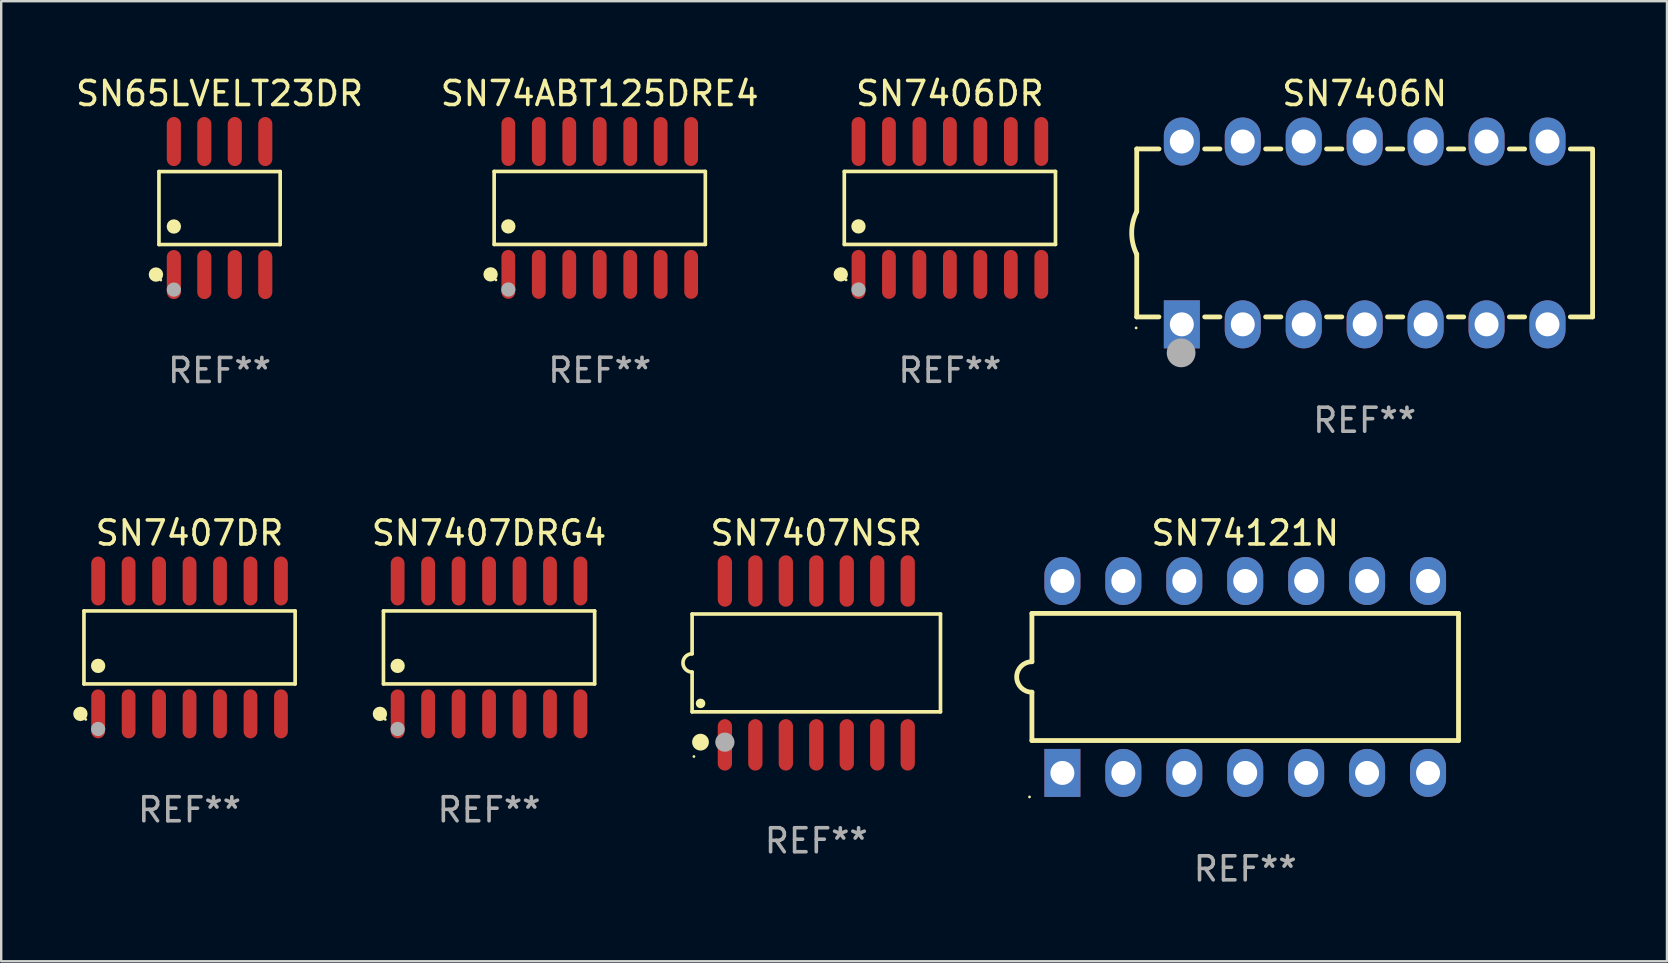
<source format=kicad_pcb>
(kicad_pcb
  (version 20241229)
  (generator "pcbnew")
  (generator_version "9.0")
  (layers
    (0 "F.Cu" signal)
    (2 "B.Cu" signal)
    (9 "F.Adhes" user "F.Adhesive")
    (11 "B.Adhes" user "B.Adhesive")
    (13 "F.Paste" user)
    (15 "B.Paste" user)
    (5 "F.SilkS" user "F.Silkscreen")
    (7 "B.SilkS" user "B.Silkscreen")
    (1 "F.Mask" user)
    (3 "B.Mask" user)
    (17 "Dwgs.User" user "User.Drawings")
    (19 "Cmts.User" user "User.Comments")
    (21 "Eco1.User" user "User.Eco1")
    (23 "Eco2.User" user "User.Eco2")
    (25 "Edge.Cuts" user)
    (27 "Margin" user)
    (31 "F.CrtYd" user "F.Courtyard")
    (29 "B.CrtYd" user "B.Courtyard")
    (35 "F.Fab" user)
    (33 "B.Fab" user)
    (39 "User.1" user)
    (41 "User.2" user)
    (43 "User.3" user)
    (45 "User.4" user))
  (footprint "SN7406DR"
    (layer "F.Cu")
    (at 36.54 5.617)
    (property "Reference" "SN7406DR" (at 0 -4.769 0) (layer "F.SilkS") (effects (font (size 1 1) (thickness 0.15))))
    (attr through_hole)
    (fp_line (start -4.401 -1.521) (end 4.401 -1.521) (stroke (width 0.152) (type solid)) (layer "F.SilkS"))
    (fp_line (start -4.401 1.521) (end -4.401 -1.521) (stroke (width 0.152) (type solid)) (layer "F.SilkS"))
    (fp_line (start 4.401 -1.521) (end 4.401 1.521) (stroke (width 0.152) (type solid)) (layer "F.SilkS"))
    (fp_line (start 4.401 1.521) (end -4.401 1.521) (stroke (width 0.152) (type solid)) (layer "F.SilkS"))
    (fp_circle (center -4.549 2.769) (end -4.399 2.769) (stroke (width 0.3) (type solid)) (fill no) (layer "F.SilkS"))
    (fp_circle (center -4.325 3) (end -4.295 3) (stroke (width 0.06) (type solid)) (fill no) (layer "F.SilkS"))
    (fp_circle (center -3.81 0.769) (end -3.66 0.769) (stroke (width 0.3) (type solid)) (fill no) (layer "F.SilkS"))
    (fp_circle (center -3.81 3.4) (end -3.66 3.4) (stroke (width 0.3) (type solid)) (fill no) (layer "F.Fab"))
    (fp_text user "REF**" (at 0 6.769 0) (layer "F.Fab") (effects (font (size 1 1) (thickness 0.15))))
    (pad "1" smd oval (at -3.81 2.769) (size 0.574 2.038) (layers "F.Cu" "F.Mask" "F.Paste"))
    (pad "2" smd oval (at -2.54 2.769) (size 0.574 2.038) (layers "F.Cu" "F.Mask" "F.Paste"))
    (pad "3" smd oval (at -1.27 2.769) (size 0.574 2.038) (layers "F.Cu" "F.Mask" "F.Paste"))
    (pad "4" smd oval (at 0 2.769) (size 0.574 2.038) (layers "F.Cu" "F.Mask" "F.Paste"))
    (pad "5" smd oval (at 1.27 2.769) (size 0.574 2.038) (layers "F.Cu" "F.Mask" "F.Paste"))
    (pad "6" smd oval (at 2.54 2.769) (size 0.574 2.038) (layers "F.Cu" "F.Mask" "F.Paste"))
    (pad "7" smd oval (at 3.81 2.769) (size 0.574 2.038) (layers "F.Cu" "F.Mask" "F.Paste"))
    (pad "8" smd oval (at 3.81 -2.769) (size 0.574 2.038) (layers "F.Cu" "F.Mask" "F.Paste"))
    (pad "9" smd oval (at 2.54 -2.769) (size 0.574 2.038) (layers "F.Cu" "F.Mask" "F.Paste"))
    (pad "10" smd oval (at 1.27 -2.769) (size 0.574 2.038) (layers "F.Cu" "F.Mask" "F.Paste"))
    (pad "11" smd oval (at 0 -2.769) (size 0.574 2.038) (layers "F.Cu" "F.Mask" "F.Paste"))
    (pad "12" smd oval (at -1.27 -2.769) (size 0.574 2.038) (layers "F.Cu" "F.Mask" "F.Paste"))
    (pad "13" smd oval (at -2.54 -2.769) (size 0.574 2.038) (layers "F.Cu" "F.Mask" "F.Paste"))
    (pad "14" smd oval (at -3.81 -2.769) (size 0.574 2.038) (layers "F.Cu" "F.Mask" "F.Paste")))
  (footprint "SN65LVELT23DR"
    (layer "F.Cu")
    (at 6.101 5.621)
    (property "Reference" "SN65LVELT23DR" (at 0 -4.772 0) (layer "F.SilkS") (effects (font (size 1 1) (thickness 0.15))))
    (attr through_hole)
    (fp_line (start -2.526 -1.521) (end 2.526 -1.521) (stroke (width 0.152) (type solid)) (layer "F.SilkS"))
    (fp_line (start -2.526 1.521) (end -2.526 -1.521) (stroke (width 0.152) (type solid)) (layer "F.SilkS"))
    (fp_line (start 2.526 -1.521) (end 2.526 1.521) (stroke (width 0.152) (type solid)) (layer "F.SilkS"))
    (fp_line (start 2.526 1.521) (end -2.526 1.521) (stroke (width 0.152) (type solid)) (layer "F.SilkS"))
    (fp_circle (center -2.652 2.772) (end -2.501 2.772) (stroke (width 0.3) (type solid)) (fill no) (layer "F.SilkS"))
    (fp_circle (center -2.45 3) (end -2.42 3) (stroke (width 0.06) (type solid)) (fill no) (layer "F.SilkS"))
    (fp_circle (center -1.905 0.769) (end -1.755 0.769) (stroke (width 0.3) (type solid)) (fill no) (layer "F.SilkS"))
    (fp_circle (center -1.905 3.4) (end -1.755 3.4) (stroke (width 0.3) (type solid)) (fill no) (layer "F.Fab"))
    (fp_text user "REF**" (at 0 6.772 0) (layer "F.Fab") (effects (font (size 1 1) (thickness 0.15))))
    (pad "1" smd oval (at -1.905 2.772) (size 0.588 2.045) (layers "F.Cu" "F.Mask" "F.Paste"))
    (pad "2" smd oval (at -0.635 2.772) (size 0.588 2.045) (layers "F.Cu" "F.Mask" "F.Paste"))
    (pad "3" smd oval (at 0.635 2.772) (size 0.588 2.045) (layers "F.Cu" "F.Mask" "F.Paste"))
    (pad "4" smd oval (at 1.905 2.772) (size 0.588 2.045) (layers "F.Cu" "F.Mask" "F.Paste"))
    (pad "5" smd oval (at 1.905 -2.772) (size 0.588 2.045) (layers "F.Cu" "F.Mask" "F.Paste"))
    (pad "6" smd oval (at 0.635 -2.772) (size 0.588 2.045) (layers "F.Cu" "F.Mask" "F.Paste"))
    (pad "7" smd oval (at -0.635 -2.772) (size 0.588 2.045) (layers "F.Cu" "F.Mask" "F.Paste"))
    (pad "8" smd oval (at -1.905 -2.772) (size 0.588 2.045) (layers "F.Cu" "F.Mask" "F.Paste")))
  (footprint "SN7407NSR"
    (layer "F.Cu")
    (at 30.972 24.58)
    (property "Reference" "SN7407NSR" (at 0 -5.415 0) (layer "F.SilkS") (effects (font (size 1 1) (thickness 0.15))))
    (attr through_hole)
    (fp_line (start -5.176 -2.039) (end 5.176 -2.039) (stroke (width 0.152) (type solid)) (layer "F.SilkS"))
    (fp_line (start -5.176 -0.381) (end -5.176 -2.039) (stroke (width 0.152) (type solid)) (layer "F.SilkS"))
    (fp_line (start -5.176 0.381) (end -5.176 2.039) (stroke (width 0.152) (type solid)) (layer "F.SilkS"))
    (fp_line (start 5.176 -2.039) (end 5.176 2.039) (stroke (width 0.152) (type solid)) (layer "F.SilkS"))
    (fp_line (start 5.176 2.039) (end -5.176 2.039) (stroke (width 0.152) (type solid)) (layer "F.SilkS"))
    (fp_arc (start -5.1762 0.381001) (mid -5.557201 0) (end -5.1762 -0.381001) (stroke (width 0.151994) (type solid)) (layer "F.SilkS"))
    (fp_circle (center -5.1 3.9) (end -5.07 3.9) (stroke (width 0.06) (type solid)) (fill no) (layer "F.SilkS"))
    (fp_circle (center -4.826 3.302) (end -4.651 3.302) (stroke (width 0.35) (type solid)) (fill no) (layer "F.SilkS"))
    (fp_circle (center -4.824 1.687) (end -4.724 1.687) (stroke (width 0.2) (type solid)) (fill no) (layer "F.SilkS"))
    (fp_circle (center -3.81 3.302) (end -3.61 3.302) (stroke (width 0.4) (type solid)) (fill no) (layer "F.Fab"))
    (fp_text user "REF**" (at 0 7.415 0) (layer "F.Fab") (effects (font (size 1 1) (thickness 0.15))))
    (pad "1" smd oval (at -3.81 3.415) (size 0.595 2.142) (layers "F.Cu" "F.Mask" "F.Paste"))
    (pad "2" smd oval (at -2.54 3.415) (size 0.595 2.142) (layers "F.Cu" "F.Mask" "F.Paste"))
    (pad "3" smd oval (at -1.27 3.415) (size 0.595 2.142) (layers "F.Cu" "F.Mask" "F.Paste"))
    (pad "4" smd oval (at 0 3.415) (size 0.595 2.142) (layers "F.Cu" "F.Mask" "F.Paste"))
    (pad "5" smd oval (at 1.27 3.415) (size 0.595 2.142) (layers "F.Cu" "F.Mask" "F.Paste"))
    (pad "6" smd oval (at 2.54 3.415) (size 0.595 2.142) (layers "F.Cu" "F.Mask" "F.Paste"))
    (pad "7" smd oval (at 3.81 3.415) (size 0.595 2.142) (layers "F.Cu" "F.Mask" "F.Paste"))
    (pad "8" smd oval (at 3.81 -3.415) (size 0.595 2.142) (layers "F.Cu" "F.Mask" "F.Paste"))
    (pad "9" smd oval (at 2.54 -3.415) (size 0.595 2.142) (layers "F.Cu" "F.Mask" "F.Paste"))
    (pad "10" smd oval (at 1.27 -3.415) (size 0.595 2.142) (layers "F.Cu" "F.Mask" "F.Paste"))
    (pad "11" smd oval (at 0 -3.415) (size 0.595 2.142) (layers "F.Cu" "F.Mask" "F.Paste"))
    (pad "12" smd oval (at -1.27 -3.415) (size 0.595 2.142) (layers "F.Cu" "F.Mask" "F.Paste"))
    (pad "13" smd oval (at -2.54 -3.415) (size 0.595 2.142) (layers "F.Cu" "F.Mask" "F.Paste"))
    (pad "14" smd oval (at -3.81 -3.415) (size 0.595 2.142) (layers "F.Cu" "F.Mask" "F.Paste")))
  (footprint "SN74121N"
    (layer "F.Cu")
    (at 48.849 25.165)
    (property "Reference" "SN74121N" (at 0 -6 0) (layer "F.SilkS") (effects (font (size 1 1) (thickness 0.15))))
    (attr through_hole)
    (fp_line (start -8.89 -2.65) (end -8.89 -0.635) (stroke (width 0.2) (type solid)) (layer "F.SilkS"))
    (fp_line (start -8.89 0.635) (end -8.89 2.65) (stroke (width 0.2) (type solid)) (layer "F.SilkS"))
    (fp_line (start -8.89 2.65) (end 8.89 2.65) (stroke (width 0.2) (type solid)) (layer "F.SilkS"))
    (fp_line (start 8.89 -2.65) (end -8.89 -2.65) (stroke (width 0.2) (type solid)) (layer "F.SilkS"))
    (fp_line (start 8.89 2.65) (end 8.89 -2.65) (stroke (width 0.2) (type solid)) (layer "F.SilkS"))
    (fp_arc (start -8.890018 0.635001) (mid -9.525019 0) (end -8.890018 -0.635001) (stroke (width 0.2) (type solid)) (layer "F.SilkS"))
    (fp_circle (center -8.99 5) (end -8.96 5) (stroke (width 0.06) (type solid)) (fill no) (layer "F.SilkS"))
    (fp_text user "REF**" (at 0 8 0) (layer "F.Fab") (effects (font (size 1 1) (thickness 0.15))))
    (pad "1" thru_hole rect (at -7.62 4 90) (size 2 1.5) (drill 1) (layers "*.Cu" "*.Mask"))
    (pad "2" thru_hole oval (at -5.08 4 90) (size 2 1.5) (drill 1) (layers "*.Cu" "*.Mask"))
    (pad "3" thru_hole oval (at -2.54 4 90) (size 2 1.5) (drill 1) (layers "*.Cu" "*.Mask"))
    (pad "4" thru_hole oval (at 0 4 90) (size 2 1.5) (drill 1) (layers "*.Cu" "*.Mask"))
    (pad "5" thru_hole oval (at 2.54 4 90) (size 2 1.5) (drill 1) (layers "*.Cu" "*.Mask"))
    (pad "6" thru_hole oval (at 5.08 4 90) (size 2 1.5) (drill 1) (layers "*.Cu" "*.Mask"))
    (pad "7" thru_hole oval (at 7.62 4 90) (size 2 1.5) (drill 1) (layers "*.Cu" "*.Mask"))
    (pad "8" thru_hole oval (at 7.62 -4 90) (size 2 1.5) (drill 1) (layers "*.Cu" "*.Mask"))
    (pad "9" thru_hole oval (at 5.08 -4 90) (size 2 1.5) (drill 1) (layers "*.Cu" "*.Mask"))
    (pad "10" thru_hole oval (at 2.54 -4 90) (size 2 1.5) (drill 1) (layers "*.Cu" "*.Mask"))
    (pad "11" thru_hole oval (at 0 -4 90) (size 2 1.5) (drill 1) (layers "*.Cu" "*.Mask"))
    (pad "12" thru_hole oval (at -2.54 -4 90) (size 2 1.5) (drill 1) (layers "*.Cu" "*.Mask"))
    (pad "13" thru_hole oval (at -5.08 -4 90) (size 2 1.5) (drill 1) (layers "*.Cu" "*.Mask"))
    (pad "14" thru_hole oval (at -7.62 -4 90) (size 2 1.5) (drill 1) (layers "*.Cu" "*.Mask")))
  (footprint "SN7406N"
    (layer "F.Cu")
    (at 53.827 6.658)
    (property "Reference" "SN7406N" (at 0 -5.81 0) (layer "F.SilkS") (effects (font (size 1 1) (thickness 0.15))))
    (attr through_hole)
    (fp_line (start -9.5 -3.5) (end -9.5 -0.889) (stroke (width 0.2) (type solid)) (layer "F.SilkS"))
    (fp_line (start -9.5 -3.5) (end -8.572 -3.5) (stroke (width 0.2) (type solid)) (layer "F.SilkS"))
    (fp_line (start -9.5 3.5) (end -9.5 0.889) (stroke (width 0.2) (type solid)) (layer "F.SilkS"))
    (fp_line (start -9.5 3.5) (end -8.574 3.5) (stroke (width 0.2) (type solid)) (layer "F.SilkS"))
    (fp_line (start -6.668 -3.5) (end -6.032 -3.5) (stroke (width 0.2) (type solid)) (layer "F.SilkS"))
    (fp_line (start -6.666 3.5) (end -6.032 3.5) (stroke (width 0.2) (type solid)) (layer "F.SilkS"))
    (fp_line (start -4.128 -3.5) (end -3.492 -3.5) (stroke (width 0.2) (type solid)) (layer "F.SilkS"))
    (fp_line (start -4.128 3.5) (end -3.492 3.5) (stroke (width 0.2) (type solid)) (layer "F.SilkS"))
    (fp_line (start -1.588 -3.5) (end -0.952 -3.5) (stroke (width 0.2) (type solid)) (layer "F.SilkS"))
    (fp_line (start -1.588 3.5) (end -0.952 3.5) (stroke (width 0.2) (type solid)) (layer "F.SilkS"))
    (fp_line (start 0.952 -3.5) (end 1.588 -3.5) (stroke (width 0.2) (type solid)) (layer "F.SilkS"))
    (fp_line (start 0.952 3.5) (end 1.588 3.5) (stroke (width 0.2) (type solid)) (layer "F.SilkS"))
    (fp_line (start 3.492 -3.5) (end 4.128 -3.5) (stroke (width 0.2) (type solid)) (layer "F.SilkS"))
    (fp_line (start 3.492 3.5) (end 4.128 3.5) (stroke (width 0.2) (type solid)) (layer "F.SilkS"))
    (fp_line (start 6.032 -3.5) (end 6.668 -3.5) (stroke (width 0.2) (type solid)) (layer "F.SilkS"))
    (fp_line (start 6.032 3.5) (end 6.668 3.5) (stroke (width 0.2) (type solid)) (layer "F.SilkS"))
    (fp_line (start 8.572 -3.5) (end 9.5 -3.5) (stroke (width 0.2) (type solid)) (layer "F.SilkS"))
    (fp_line (start 8.572 3.5) (end 9.5 3.5) (stroke (width 0.2) (type solid)) (layer "F.SilkS"))
    (fp_line (start 9.5 3.5) (end 9.5 -3.429) (stroke (width 0.2) (type solid)) (layer "F.SilkS"))
    (fp_arc (start -9.499619 0.889001) (mid -9.709623 0.000047) (end -9.500025 -0.889002) (stroke (width 0.2) (type solid)) (layer "F.SilkS"))
    (fp_circle (center -9.525 3.96) (end -9.495 3.96) (stroke (width 0.06) (type solid)) (fill no) (layer "F.SilkS"))
    (fp_circle (center -7.65 5) (end -7.35 5) (stroke (width 0.6) (type solid)) (fill no) (layer "F.Fab"))
    (fp_text user "REF**" (at 0 7.81 0) (layer "F.Fab") (effects (font (size 1 1) (thickness 0.15))))
    (pad "1" thru_hole rect (at -7.62 3.81 90) (size 2 1.5) (drill 1) (layers "*.Cu" "*.Mask"))
    (pad "2" thru_hole oval (at -5.08 3.81 90) (size 2 1.5) (drill 1) (layers "*.Cu" "*.Mask"))
    (pad "3" thru_hole oval (at -2.54 3.81 90) (size 2 1.5) (drill 1) (layers "*.Cu" "*.Mask"))
    (pad "4" thru_hole oval (at 0 3.81 90) (size 2 1.5) (drill 1) (layers "*.Cu" "*.Mask"))
    (pad "5" thru_hole oval (at 2.54 3.81 90) (size 2 1.5) (drill 1) (layers "*.Cu" "*.Mask"))
    (pad "6" thru_hole oval (at 5.08 3.81 90) (size 2 1.5) (drill 1) (layers "*.Cu" "*.Mask"))
    (pad "7" thru_hole oval (at 7.62 3.81 90) (size 2 1.5) (drill 1) (layers "*.Cu" "*.Mask"))
    (pad "8" thru_hole oval (at 7.62 -3.81 90) (size 2 1.5) (drill 1) (layers "*.Cu" "*.Mask"))
    (pad "9" thru_hole oval (at 5.08 -3.81 90) (size 2 1.5) (drill 1) (layers "*.Cu" "*.Mask"))
    (pad "10" thru_hole oval (at 2.54 -3.81 90) (size 2 1.5) (drill 1) (layers "*.Cu" "*.Mask"))
    (pad "11" thru_hole oval (at 0 -3.81 90) (size 2 1.5) (drill 1) (layers "*.Cu" "*.Mask"))
    (pad "12" thru_hole oval (at -2.54 -3.81 90) (size 2 1.5) (drill 1) (layers "*.Cu" "*.Mask"))
    (pad "13" thru_hole oval (at -5.08 -3.81 90) (size 2 1.5) (drill 1) (layers "*.Cu" "*.Mask"))
    (pad "14" thru_hole oval (at -7.62 -3.81 90) (size 2 1.5) (drill 1) (layers "*.Cu" "*.Mask")))
  (footprint "SN7407DRG4"
    (layer "F.Cu")
    (at 17.333 23.934)
    (property "Reference" "SN7407DRG4" (at 0 -4.769 0) (layer "F.SilkS") (effects (font (size 1 1) (thickness 0.15))))
    (attr through_hole)
    (fp_line (start -4.401 -1.521) (end 4.401 -1.521) (stroke (width 0.152) (type solid)) (layer "F.SilkS"))
    (fp_line (start -4.401 1.521) (end -4.401 -1.521) (stroke (width 0.152) (type solid)) (layer "F.SilkS"))
    (fp_line (start 4.401 -1.521) (end 4.401 1.521) (stroke (width 0.152) (type solid)) (layer "F.SilkS"))
    (fp_line (start 4.401 1.521) (end -4.401 1.521) (stroke (width 0.152) (type solid)) (layer "F.SilkS"))
    (fp_circle (center -4.549 2.769) (end -4.399 2.769) (stroke (width 0.3) (type solid)) (fill no) (layer "F.SilkS"))
    (fp_circle (center -4.325 3) (end -4.295 3) (stroke (width 0.06) (type solid)) (fill no) (layer "F.SilkS"))
    (fp_circle (center -3.81 0.769) (end -3.66 0.769) (stroke (width 0.3) (type solid)) (fill no) (layer "F.SilkS"))
    (fp_circle (center -3.81 3.4) (end -3.66 3.4) (stroke (width 0.3) (type solid)) (fill no) (layer "F.Fab"))
    (fp_text user "REF**" (at 0 6.769 0) (layer "F.Fab") (effects (font (size 1 1) (thickness 0.15))))
    (pad "1" smd oval (at -3.81 2.769) (size 0.574 2.038) (layers "F.Cu" "F.Mask" "F.Paste"))
    (pad "2" smd oval (at -2.54 2.769) (size 0.574 2.038) (layers "F.Cu" "F.Mask" "F.Paste"))
    (pad "3" smd oval (at -1.27 2.769) (size 0.574 2.038) (layers "F.Cu" "F.Mask" "F.Paste"))
    (pad "4" smd oval (at 0 2.769) (size 0.574 2.038) (layers "F.Cu" "F.Mask" "F.Paste"))
    (pad "5" smd oval (at 1.27 2.769) (size 0.574 2.038) (layers "F.Cu" "F.Mask" "F.Paste"))
    (pad "6" smd oval (at 2.54 2.769) (size 0.574 2.038) (layers "F.Cu" "F.Mask" "F.Paste"))
    (pad "7" smd oval (at 3.81 2.769) (size 0.574 2.038) (layers "F.Cu" "F.Mask" "F.Paste"))
    (pad "8" smd oval (at 3.81 -2.769) (size 0.574 2.038) (layers "F.Cu" "F.Mask" "F.Paste"))
    (pad "9" smd oval (at 2.54 -2.769) (size 0.574 2.038) (layers "F.Cu" "F.Mask" "F.Paste"))
    (pad "10" smd oval (at 1.27 -2.769) (size 0.574 2.038) (layers "F.Cu" "F.Mask" "F.Paste"))
    (pad "11" smd oval (at 0 -2.769) (size 0.574 2.038) (layers "F.Cu" "F.Mask" "F.Paste"))
    (pad "12" smd oval (at -1.27 -2.769) (size 0.574 2.038) (layers "F.Cu" "F.Mask" "F.Paste"))
    (pad "13" smd oval (at -2.54 -2.769) (size 0.574 2.038) (layers "F.Cu" "F.Mask" "F.Paste"))
    (pad "14" smd oval (at -3.81 -2.769) (size 0.574 2.038) (layers "F.Cu" "F.Mask" "F.Paste")))
  (footprint "SN74ABT125DRE4"
    (layer "F.Cu")
    (at 21.946 5.617)
    (property "Reference" "SN74ABT125DRE4" (at 0 -4.769 0) (layer "F.SilkS") (effects (font (size 1 1) (thickness 0.15))))
    (attr through_hole)
    (fp_line (start -4.401 -1.521) (end 4.401 -1.521) (stroke (width 0.152) (type solid)) (layer "F.SilkS"))
    (fp_line (start -4.401 1.521) (end -4.401 -1.521) (stroke (width 0.152) (type solid)) (layer "F.SilkS"))
    (fp_line (start 4.401 -1.521) (end 4.401 1.521) (stroke (width 0.152) (type solid)) (layer "F.SilkS"))
    (fp_line (start 4.401 1.521) (end -4.401 1.521) (stroke (width 0.152) (type solid)) (layer "F.SilkS"))
    (fp_circle (center -4.549 2.769) (end -4.399 2.769) (stroke (width 0.3) (type solid)) (fill no) (layer "F.SilkS"))
    (fp_circle (center -4.325 3) (end -4.295 3) (stroke (width 0.06) (type solid)) (fill no) (layer "F.SilkS"))
    (fp_circle (center -3.81 0.769) (end -3.66 0.769) (stroke (width 0.3) (type solid)) (fill no) (layer "F.SilkS"))
    (fp_circle (center -3.81 3.4) (end -3.66 3.4) (stroke (width 0.3) (type solid)) (fill no) (layer "F.Fab"))
    (fp_text user "REF**" (at 0 6.769 0) (layer "F.Fab") (effects (font (size 1 1) (thickness 0.15))))
    (pad "1" smd oval (at -3.81 2.769) (size 0.574 2.038) (layers "F.Cu" "F.Mask" "F.Paste"))
    (pad "2" smd oval (at -2.54 2.769) (size 0.574 2.038) (layers "F.Cu" "F.Mask" "F.Paste"))
    (pad "3" smd oval (at -1.27 2.769) (size 0.574 2.038) (layers "F.Cu" "F.Mask" "F.Paste"))
    (pad "4" smd oval (at 0 2.769) (size 0.574 2.038) (layers "F.Cu" "F.Mask" "F.Paste"))
    (pad "5" smd oval (at 1.27 2.769) (size 0.574 2.038) (layers "F.Cu" "F.Mask" "F.Paste"))
    (pad "6" smd oval (at 2.54 2.769) (size 0.574 2.038) (layers "F.Cu" "F.Mask" "F.Paste"))
    (pad "7" smd oval (at 3.81 2.769) (size 0.574 2.038) (layers "F.Cu" "F.Mask" "F.Paste"))
    (pad "8" smd oval (at 3.81 -2.769) (size 0.574 2.038) (layers "F.Cu" "F.Mask" "F.Paste"))
    (pad "9" smd oval (at 2.54 -2.769) (size 0.574 2.038) (layers "F.Cu" "F.Mask" "F.Paste"))
    (pad "10" smd oval (at 1.27 -2.769) (size 0.574 2.038) (layers "F.Cu" "F.Mask" "F.Paste"))
    (pad "11" smd oval (at 0 -2.769) (size 0.574 2.038) (layers "F.Cu" "F.Mask" "F.Paste"))
    (pad "12" smd oval (at -1.27 -2.769) (size 0.574 2.038) (layers "F.Cu" "F.Mask" "F.Paste"))
    (pad "13" smd oval (at -2.54 -2.769) (size 0.574 2.038) (layers "F.Cu" "F.Mask" "F.Paste"))
    (pad "14" smd oval (at -3.81 -2.769) (size 0.574 2.038) (layers "F.Cu" "F.Mask" "F.Paste")))
  (footprint "SN7407DR"
    (layer "F.Cu")
    (at 4.85 23.934)
    (property "Reference" "SN7407DR" (at 0 -4.769 0) (layer "F.SilkS") (effects (font (size 1 1) (thickness 0.15))))
    (attr through_hole)
    (fp_line (start -4.401 -1.521) (end 4.401 -1.521) (stroke (width 0.152) (type solid)) (layer "F.SilkS"))
    (fp_line (start -4.401 1.521) (end -4.401 -1.521) (stroke (width 0.152) (type solid)) (layer "F.SilkS"))
    (fp_line (start 4.401 -1.521) (end 4.401 1.521) (stroke (width 0.152) (type solid)) (layer "F.SilkS"))
    (fp_line (start 4.401 1.521) (end -4.401 1.521) (stroke (width 0.152) (type solid)) (layer "F.SilkS"))
    (fp_circle (center -4.549 2.769) (end -4.399 2.769) (stroke (width 0.3) (type solid)) (fill no) (layer "F.SilkS"))
    (fp_circle (center -4.325 3) (end -4.295 3) (stroke (width 0.06) (type solid)) (fill no) (layer "F.SilkS"))
    (fp_circle (center -3.81 0.769) (end -3.66 0.769) (stroke (width 0.3) (type solid)) (fill no) (layer "F.SilkS"))
    (fp_circle (center -3.81 3.4) (end -3.66 3.4) (stroke (width 0.3) (type solid)) (fill no) (layer "F.Fab"))
    (fp_text user "REF**" (at 0 6.769 0) (layer "F.Fab") (effects (font (size 1 1) (thickness 0.15))))
    (pad "1" smd oval (at -3.81 2.769) (size 0.574 2.038) (layers "F.Cu" "F.Mask" "F.Paste"))
    (pad "2" smd oval (at -2.54 2.769) (size 0.574 2.038) (layers "F.Cu" "F.Mask" "F.Paste"))
    (pad "3" smd oval (at -1.27 2.769) (size 0.574 2.038) (layers "F.Cu" "F.Mask" "F.Paste"))
    (pad "4" smd oval (at 0 2.769) (size 0.574 2.038) (layers "F.Cu" "F.Mask" "F.Paste"))
    (pad "5" smd oval (at 1.27 2.769) (size 0.574 2.038) (layers "F.Cu" "F.Mask" "F.Paste"))
    (pad "6" smd oval (at 2.54 2.769) (size 0.574 2.038) (layers "F.Cu" "F.Mask" "F.Paste"))
    (pad "7" smd oval (at 3.81 2.769) (size 0.574 2.038) (layers "F.Cu" "F.Mask" "F.Paste"))
    (pad "8" smd oval (at 3.81 -2.769) (size 0.574 2.038) (layers "F.Cu" "F.Mask" "F.Paste"))
    (pad "9" smd oval (at 2.54 -2.769) (size 0.574 2.038) (layers "F.Cu" "F.Mask" "F.Paste"))
    (pad "10" smd oval (at 1.27 -2.769) (size 0.574 2.038) (layers "F.Cu" "F.Mask" "F.Paste"))
    (pad "11" smd oval (at 0 -2.769) (size 0.574 2.038) (layers "F.Cu" "F.Mask" "F.Paste"))
    (pad "12" smd oval (at -1.27 -2.769) (size 0.574 2.038) (layers "F.Cu" "F.Mask" "F.Paste"))
    (pad "13" smd oval (at -2.54 -2.769) (size 0.574 2.038) (layers "F.Cu" "F.Mask" "F.Paste"))
    (pad "14" smd oval (at -3.81 -2.769) (size 0.574 2.038) (layers "F.Cu" "F.Mask" "F.Paste")))
  (gr_rect
    (start -3 -3)
    (end 66.427 37.013)
    (stroke (width 0.1) (type default))
    (fill no)
    (layer "Edge.Cuts")))
</source>
